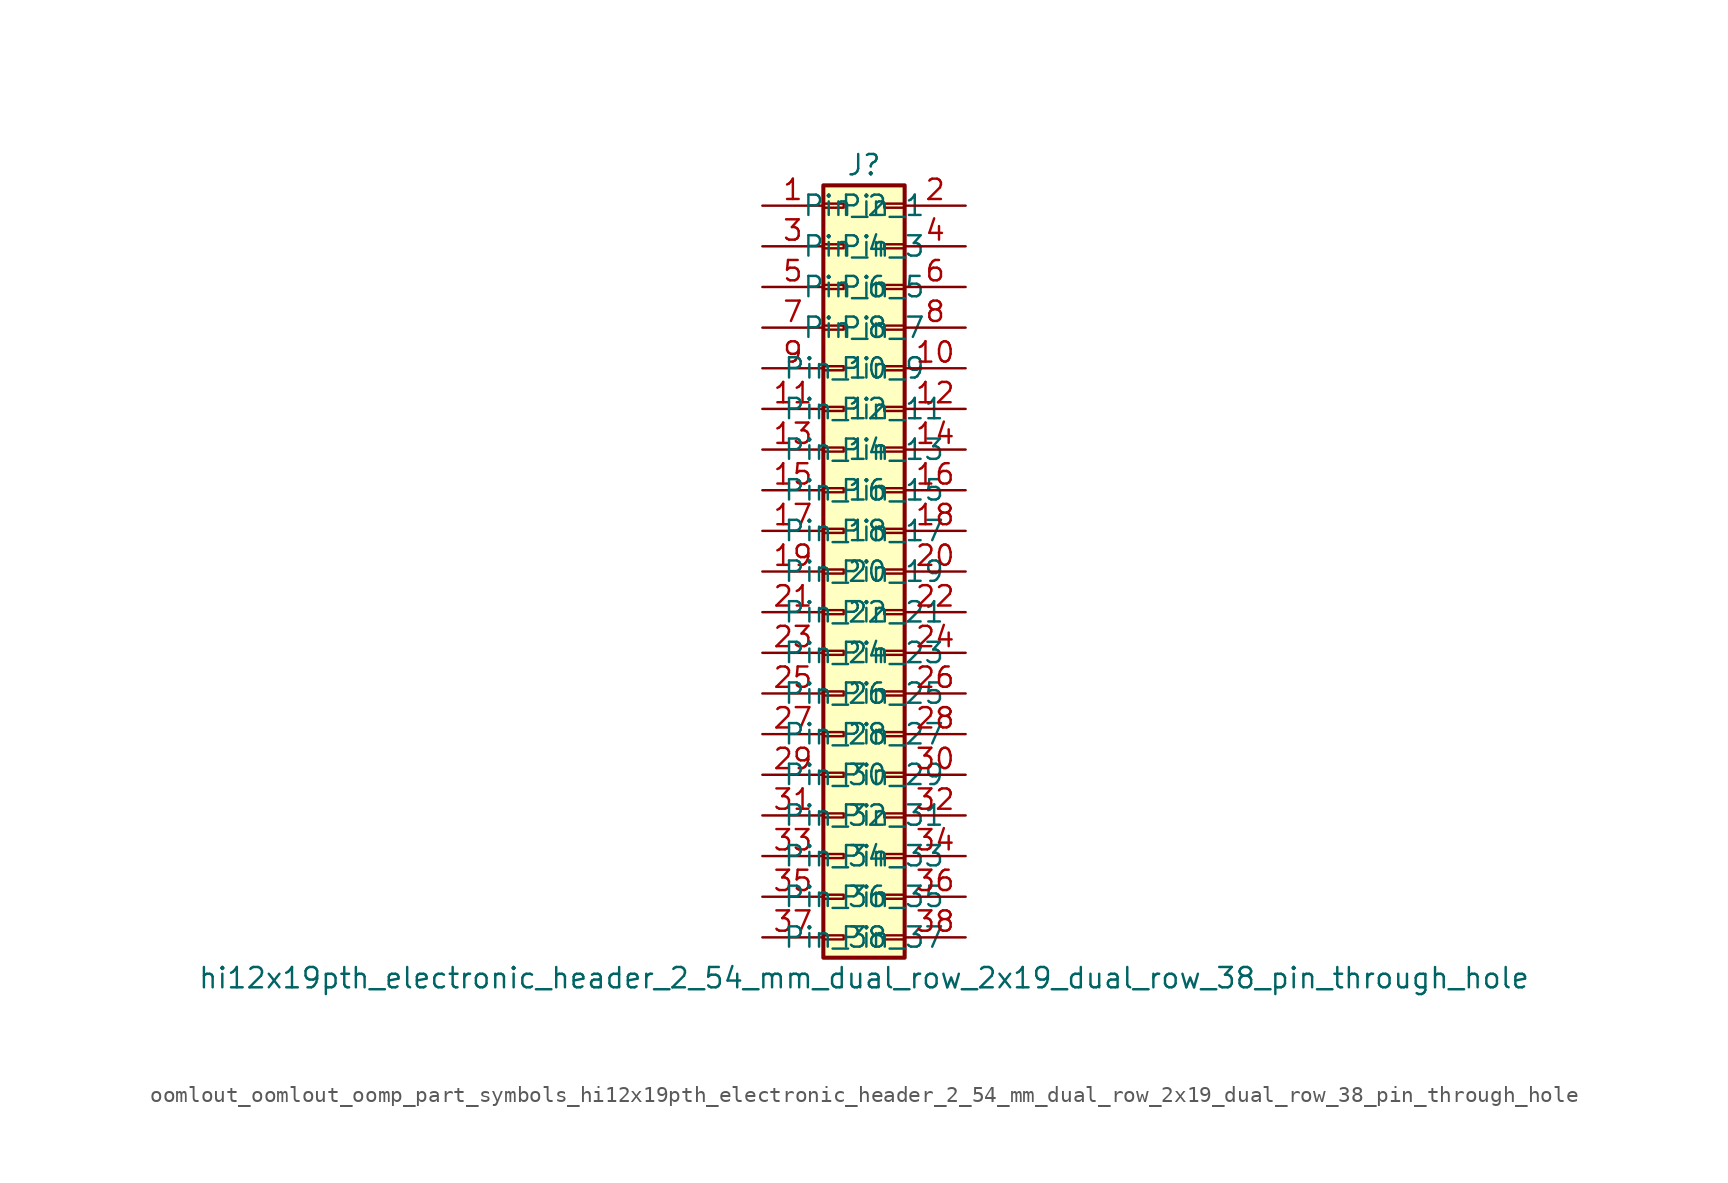
<source format=kicad_sym>
(kicad_symbol_lib
  (version 20220914)
  (generator kicad_symbol_editor)
  (symbol "oomlout_oomlout_oomp_part_symbols_hi12x19pth_electronic_header_2_54_mm_dual_row_2x19_dual_row_38_pin_through_hole"
    (pin_names
      (offset 1.016))
    (property "Reference" "J"
      (at 1.27 25.4 0)
      (effects (font (size 1.27 1.27))))
    (property "Value" "hi12x19pth_electronic_header_2_54_mm_dual_row_2x19_dual_row_38_pin_through_hole"
      (at 1.27 -25.4 0)
      (effects (font (size 1.27 1.27))))
    (symbol "oomlout_oomlout_oomp_part_symbols_hi12x19pth_electronic_header_2_54_mm_dual_row_2x19_dual_row_38_pin_through_hole_1_1"
      (rectangle (start -1.27 -22.733) (end 0 -22.987) (stroke (width 0.152) (type default)) (fill (type none)))
      (rectangle (start -1.27 -20.193) (end 0 -20.447) (stroke (width 0.152) (type default)) (fill (type none)))
      (rectangle (start -1.27 -17.653) (end 0 -17.907) (stroke (width 0.152) (type default)) (fill (type none)))
      (rectangle (start -1.27 -15.113) (end 0 -15.367) (stroke (width 0.152) (type default)) (fill (type none)))
      (rectangle (start -1.27 -12.573) (end 0 -12.827) (stroke (width 0.152) (type default)) (fill (type none)))
      (rectangle (start -1.27 -10.033) (end 0 -10.287) (stroke (width 0.152) (type default)) (fill (type none)))
      (rectangle (start -1.27 -7.493) (end 0 -7.747) (stroke (width 0.152) (type default)) (fill (type none)))
      (rectangle (start -1.27 -4.953) (end 0 -5.207) (stroke (width 0.152) (type default)) (fill (type none)))
      (rectangle (start -1.27 -2.413) (end 0 -2.667) (stroke (width 0.152) (type default)) (fill (type none)))
      (rectangle (start -1.27 0.127) (end 0 -0.127) (stroke (width 0.152) (type default)) (fill (type none)))
      (rectangle (start -1.27 2.667) (end 0 2.413) (stroke (width 0.152) (type default)) (fill (type none)))
      (rectangle (start -1.27 5.207) (end 0 4.953) (stroke (width 0.152) (type default)) (fill (type none)))
      (rectangle (start -1.27 7.747) (end 0 7.493) (stroke (width 0.152) (type default)) (fill (type none)))
      (rectangle (start -1.27 10.287) (end 0 10.033) (stroke (width 0.152) (type default)) (fill (type none)))
      (rectangle (start -1.27 12.827) (end 0 12.573) (stroke (width 0.152) (type default)) (fill (type none)))
      (rectangle (start -1.27 15.367) (end 0 15.113) (stroke (width 0.152) (type default)) (fill (type none)))
      (rectangle (start -1.27 17.907) (end 0 17.653) (stroke (width 0.152) (type default)) (fill (type none)))
      (rectangle (start -1.27 20.447) (end 0 20.193) (stroke (width 0.152) (type default)) (fill (type none)))
      (rectangle (start -1.27 22.987) (end 0 22.733) (stroke (width 0.152) (type default)) (fill (type none)))
      (rectangle (start -1.27 24.13) (end 3.81 -24.13) (stroke (width 0.254) (type default)) (fill (type background)))
      (rectangle (start 3.81 -22.733) (end 2.54 -22.987) (stroke (width 0.152) (type default)) (fill (type none)))
      (rectangle (start 3.81 -20.193) (end 2.54 -20.447) (stroke (width 0.152) (type default)) (fill (type none)))
      (rectangle (start 3.81 -17.653) (end 2.54 -17.907) (stroke (width 0.152) (type default)) (fill (type none)))
      (rectangle (start 3.81 -15.113) (end 2.54 -15.367) (stroke (width 0.152) (type default)) (fill (type none)))
      (rectangle (start 3.81 -12.573) (end 2.54 -12.827) (stroke (width 0.152) (type default)) (fill (type none)))
      (rectangle (start 3.81 -10.033) (end 2.54 -10.287) (stroke (width 0.152) (type default)) (fill (type none)))
      (rectangle (start 3.81 -7.493) (end 2.54 -7.747) (stroke (width 0.152) (type default)) (fill (type none)))
      (rectangle (start 3.81 -4.953) (end 2.54 -5.207) (stroke (width 0.152) (type default)) (fill (type none)))
      (rectangle (start 3.81 -2.413) (end 2.54 -2.667) (stroke (width 0.152) (type default)) (fill (type none)))
      (rectangle (start 3.81 0.127) (end 2.54 -0.127) (stroke (width 0.152) (type default)) (fill (type none)))
      (rectangle (start 3.81 2.667) (end 2.54 2.413) (stroke (width 0.152) (type default)) (fill (type none)))
      (rectangle (start 3.81 5.207) (end 2.54 4.953) (stroke (width 0.152) (type default)) (fill (type none)))
      (rectangle (start 3.81 7.747) (end 2.54 7.493) (stroke (width 0.152) (type default)) (fill (type none)))
      (rectangle (start 3.81 10.287) (end 2.54 10.033) (stroke (width 0.152) (type default)) (fill (type none)))
      (rectangle (start 3.81 12.827) (end 2.54 12.573) (stroke (width 0.152) (type default)) (fill (type none)))
      (rectangle (start 3.81 15.367) (end 2.54 15.113) (stroke (width 0.152) (type default)) (fill (type none)))
      (rectangle (start 3.81 17.907) (end 2.54 17.653) (stroke (width 0.152) (type default)) (fill (type none)))
      (rectangle (start 3.81 20.447) (end 2.54 20.193) (stroke (width 0.152) (type default)) (fill (type none)))
      (rectangle (start 3.81 22.987) (end 2.54 22.733) (stroke (width 0.152) (type default)) (fill (type none)))
      (pin passive line (at -5.08 22.86 0) (length 3.81) (name "Pin_1" (effects (font (size 1.27 1.27)))) (number "1" (effects (font (size 1.27 1.27)))))
      (pin passive line (at 7.62 12.7 180) (length 3.81) (name "Pin_10" (effects (font (size 1.27 1.27)))) (number "10" (effects (font (size 1.27 1.27)))))
      (pin passive line (at -5.08 10.16 0) (length 3.81) (name "Pin_11" (effects (font (size 1.27 1.27)))) (number "11" (effects (font (size 1.27 1.27)))))
      (pin passive line (at 7.62 10.16 180) (length 3.81) (name "Pin_12" (effects (font (size 1.27 1.27)))) (number "12" (effects (font (size 1.27 1.27)))))
      (pin passive line (at -5.08 7.62 0) (length 3.81) (name "Pin_13" (effects (font (size 1.27 1.27)))) (number "13" (effects (font (size 1.27 1.27)))))
      (pin passive line (at 7.62 7.62 180) (length 3.81) (name "Pin_14" (effects (font (size 1.27 1.27)))) (number "14" (effects (font (size 1.27 1.27)))))
      (pin passive line (at -5.08 5.08 0) (length 3.81) (name "Pin_15" (effects (font (size 1.27 1.27)))) (number "15" (effects (font (size 1.27 1.27)))))
      (pin passive line (at 7.62 5.08 180) (length 3.81) (name "Pin_16" (effects (font (size 1.27 1.27)))) (number "16" (effects (font (size 1.27 1.27)))))
      (pin passive line (at -5.08 2.54 0) (length 3.81) (name "Pin_17" (effects (font (size 1.27 1.27)))) (number "17" (effects (font (size 1.27 1.27)))))
      (pin passive line (at 7.62 2.54 180) (length 3.81) (name "Pin_18" (effects (font (size 1.27 1.27)))) (number "18" (effects (font (size 1.27 1.27)))))
      (pin passive line (at -5.08 0 0) (length 3.81) (name "Pin_19" (effects (font (size 1.27 1.27)))) (number "19" (effects (font (size 1.27 1.27)))))
      (pin passive line (at 7.62 22.86 180) (length 3.81) (name "Pin_2" (effects (font (size 1.27 1.27)))) (number "2" (effects (font (size 1.27 1.27)))))
      (pin passive line (at 7.62 0 180) (length 3.81) (name "Pin_20" (effects (font (size 1.27 1.27)))) (number "20" (effects (font (size 1.27 1.27)))))
      (pin passive line (at -5.08 -2.54 0) (length 3.81) (name "Pin_21" (effects (font (size 1.27 1.27)))) (number "21" (effects (font (size 1.27 1.27)))))
      (pin passive line (at 7.62 -2.54 180) (length 3.81) (name "Pin_22" (effects (font (size 1.27 1.27)))) (number "22" (effects (font (size 1.27 1.27)))))
      (pin passive line (at -5.08 -5.08 0) (length 3.81) (name "Pin_23" (effects (font (size 1.27 1.27)))) (number "23" (effects (font (size 1.27 1.27)))))
      (pin passive line (at 7.62 -5.08 180) (length 3.81) (name "Pin_24" (effects (font (size 1.27 1.27)))) (number "24" (effects (font (size 1.27 1.27)))))
      (pin passive line (at -5.08 -7.62 0) (length 3.81) (name "Pin_25" (effects (font (size 1.27 1.27)))) (number "25" (effects (font (size 1.27 1.27)))))
      (pin passive line (at 7.62 -7.62 180) (length 3.81) (name "Pin_26" (effects (font (size 1.27 1.27)))) (number "26" (effects (font (size 1.27 1.27)))))
      (pin passive line (at -5.08 -10.16 0) (length 3.81) (name "Pin_27" (effects (font (size 1.27 1.27)))) (number "27" (effects (font (size 1.27 1.27)))))
      (pin passive line (at 7.62 -10.16 180) (length 3.81) (name "Pin_28" (effects (font (size 1.27 1.27)))) (number "28" (effects (font (size 1.27 1.27)))))
      (pin passive line (at -5.08 -12.7 0) (length 3.81) (name "Pin_29" (effects (font (size 1.27 1.27)))) (number "29" (effects (font (size 1.27 1.27)))))
      (pin passive line (at -5.08 20.32 0) (length 3.81) (name "Pin_3" (effects (font (size 1.27 1.27)))) (number "3" (effects (font (size 1.27 1.27)))))
      (pin passive line (at 7.62 -12.7 180) (length 3.81) (name "Pin_30" (effects (font (size 1.27 1.27)))) (number "30" (effects (font (size 1.27 1.27)))))
      (pin passive line (at -5.08 -15.24 0) (length 3.81) (name "Pin_31" (effects (font (size 1.27 1.27)))) (number "31" (effects (font (size 1.27 1.27)))))
      (pin passive line (at 7.62 -15.24 180) (length 3.81) (name "Pin_32" (effects (font (size 1.27 1.27)))) (number "32" (effects (font (size 1.27 1.27)))))
      (pin passive line (at -5.08 -17.78 0) (length 3.81) (name "Pin_33" (effects (font (size 1.27 1.27)))) (number "33" (effects (font (size 1.27 1.27)))))
      (pin passive line (at 7.62 -17.78 180) (length 3.81) (name "Pin_34" (effects (font (size 1.27 1.27)))) (number "34" (effects (font (size 1.27 1.27)))))
      (pin passive line (at -5.08 -20.32 0) (length 3.81) (name "Pin_35" (effects (font (size 1.27 1.27)))) (number "35" (effects (font (size 1.27 1.27)))))
      (pin passive line (at 7.62 -20.32 180) (length 3.81) (name "Pin_36" (effects (font (size 1.27 1.27)))) (number "36" (effects (font (size 1.27 1.27)))))
      (pin passive line (at -5.08 -22.86 0) (length 3.81) (name "Pin_37" (effects (font (size 1.27 1.27)))) (number "37" (effects (font (size 1.27 1.27)))))
      (pin passive line (at 7.62 -22.86 180) (length 3.81) (name "Pin_38" (effects (font (size 1.27 1.27)))) (number "38" (effects (font (size 1.27 1.27)))))
      (pin passive line (at 7.62 20.32 180) (length 3.81) (name "Pin_4" (effects (font (size 1.27 1.27)))) (number "4" (effects (font (size 1.27 1.27)))))
      (pin passive line (at -5.08 17.78 0) (length 3.81) (name "Pin_5" (effects (font (size 1.27 1.27)))) (number "5" (effects (font (size 1.27 1.27)))))
      (pin passive line (at 7.62 17.78 180) (length 3.81) (name "Pin_6" (effects (font (size 1.27 1.27)))) (number "6" (effects (font (size 1.27 1.27)))))
      (pin passive line (at -5.08 15.24 0) (length 3.81) (name "Pin_7" (effects (font (size 1.27 1.27)))) (number "7" (effects (font (size 1.27 1.27)))))
      (pin passive line (at 7.62 15.24 180) (length 3.81) (name "Pin_8" (effects (font (size 1.27 1.27)))) (number "8" (effects (font (size 1.27 1.27)))))
      (pin passive line (at -5.08 12.7 0) (length 3.81) (name "Pin_9" (effects (font (size 1.27 1.27)))) (number "9" (effects (font (size 1.27 1.27))))))))
</source>
